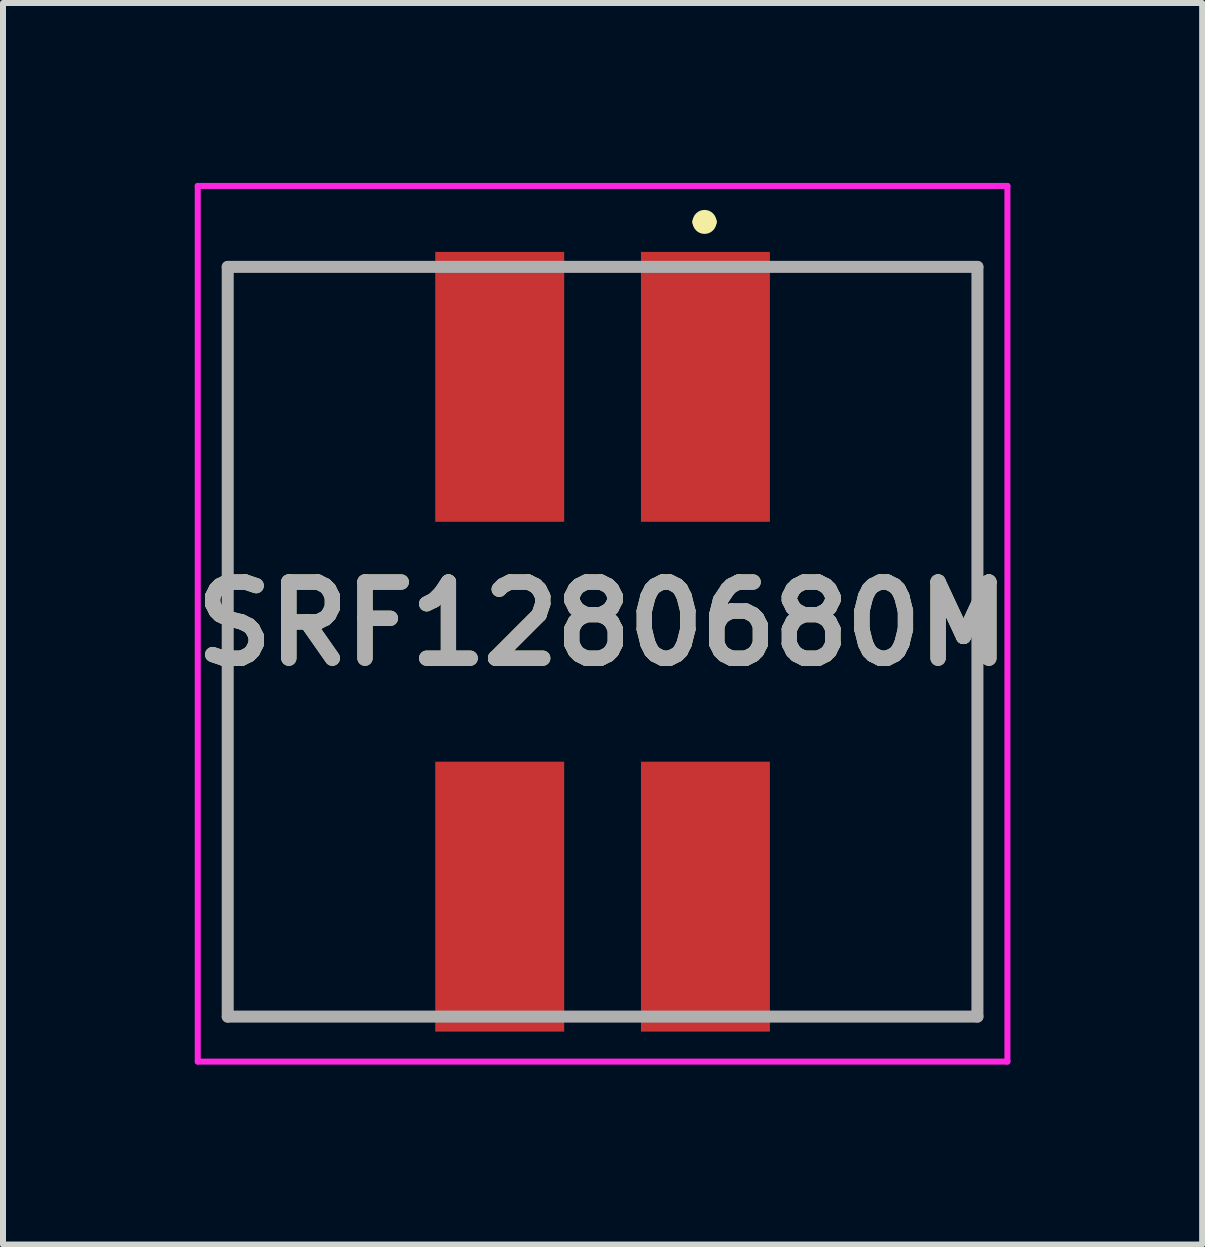
<source format=kicad_pcb>
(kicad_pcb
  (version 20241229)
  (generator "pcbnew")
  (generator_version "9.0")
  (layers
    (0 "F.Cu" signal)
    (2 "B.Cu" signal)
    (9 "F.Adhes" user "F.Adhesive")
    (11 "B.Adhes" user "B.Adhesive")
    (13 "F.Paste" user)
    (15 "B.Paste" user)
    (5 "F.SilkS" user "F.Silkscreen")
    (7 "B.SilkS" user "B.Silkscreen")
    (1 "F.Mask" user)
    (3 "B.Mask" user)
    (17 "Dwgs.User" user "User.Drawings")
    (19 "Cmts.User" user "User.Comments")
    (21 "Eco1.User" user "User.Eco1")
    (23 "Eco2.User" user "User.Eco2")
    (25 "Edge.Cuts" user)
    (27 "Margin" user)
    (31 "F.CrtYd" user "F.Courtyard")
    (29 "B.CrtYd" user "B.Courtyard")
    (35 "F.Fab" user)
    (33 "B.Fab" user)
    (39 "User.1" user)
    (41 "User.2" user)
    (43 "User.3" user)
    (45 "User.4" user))
  (footprint "SRF1280680M"
    (layer "F.Cu")
    (at 6.997 7.65)
    (property "Reference" "SRF1280680M" (at 0 -0.3 0) (layer "F.SilkS") (effects (font (size 1.27 1.27) (thickness 0.254))))
    (attr smd)
    (fp_line (start -6.25 -6.25) (end -6.25 6.25) (stroke (width 0.1) (type solid)) (layer "F.SilkS"))
    (fp_line (start -6.25 6.25) (end -3.5 6.25) (stroke (width 0.1) (type solid)) (layer "F.SilkS"))
    (fp_line (start -3.5 -6.25) (end -6.25 -6.25) (stroke (width 0.1) (type solid)) (layer "F.SilkS"))
    (fp_line (start 1.6 -7) (end 1.6 -7) (stroke (width 0.2) (type solid)) (layer "F.SilkS"))
    (fp_line (start 1.8 -7) (end 1.8 -7) (stroke (width 0.2) (type solid)) (layer "F.SilkS"))
    (fp_line (start 3.5 -6.25) (end 6.25 -6.25) (stroke (width 0.1) (type solid)) (layer "F.SilkS"))
    (fp_line (start 6.25 -6.25) (end 6.25 6.25) (stroke (width 0.1) (type solid)) (layer "F.SilkS"))
    (fp_line (start 6.25 6.25) (end 3.5 6.25) (stroke (width 0.1) (type solid)) (layer "F.SilkS"))
    (fp_arc (start 1.6 -7) (mid 1.7 -7.1) (end 1.8 -7) (stroke (width 0.2) (type solid)) (layer "F.SilkS"))
    (fp_arc (start 1.8 -7) (mid 1.7 -6.9) (end 1.6 -7) (stroke (width 0.2) (type solid)) (layer "F.SilkS"))
    (fp_line (start -6.75 -7.6) (end 6.75 -7.6) (stroke (width 0.1) (type solid)) (layer "F.CrtYd"))
    (fp_line (start -6.75 7) (end -6.75 -7.6) (stroke (width 0.1) (type solid)) (layer "F.CrtYd"))
    (fp_line (start 6.75 -7.6) (end 6.75 7) (stroke (width 0.1) (type solid)) (layer "F.CrtYd"))
    (fp_line (start 6.75 7) (end -6.75 7) (stroke (width 0.1) (type solid)) (layer "F.CrtYd"))
    (fp_line (start -6.25 -6.25) (end 6.25 -6.25) (stroke (width 0.2) (type solid)) (layer "F.Fab"))
    (fp_line (start -6.25 6.25) (end -6.25 -6.25) (stroke (width 0.2) (type solid)) (layer "F.Fab"))
    (fp_line (start 6.25 -6.25) (end 6.25 6.25) (stroke (width 0.2) (type solid)) (layer "F.Fab"))
    (fp_line (start 6.25 6.25) (end -6.25 6.25) (stroke (width 0.2) (type solid)) (layer "F.Fab"))
    (fp_text user "${REFERENCE}" (at 0 -0.3 0) (layer "F.Fab") (effects (font (size 1.27 1.27) (thickness 0.254))))
    (pad "1" smd rect (at 1.715 -4.25) (size 2.15 4.5) (layers "F.Cu" "F.Mask" "F.Paste"))
    (pad "2" smd rect (at -1.715 -4.25) (size 2.15 4.5) (layers "F.Cu" "F.Mask" "F.Paste"))
    (pad "3" smd rect (at -1.715 4.25) (size 2.15 4.5) (layers "F.Cu" "F.Mask" "F.Paste"))
    (pad "4" smd rect (at 1.715 4.25) (size 2.15 4.5) (layers "F.Cu" "F.Mask" "F.Paste")))
  (gr_rect
    (start -3 -3)
    (end 16.994 17.7)
    (stroke (width 0.1) (type default))
    (fill no)
    (layer "Edge.Cuts")))
</source>
